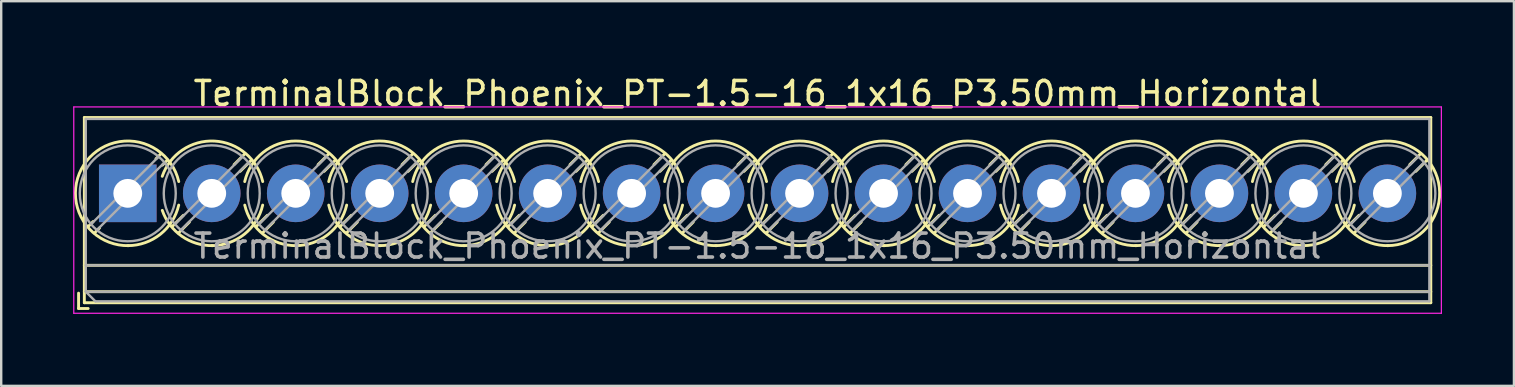
<source format=kicad_pcb>
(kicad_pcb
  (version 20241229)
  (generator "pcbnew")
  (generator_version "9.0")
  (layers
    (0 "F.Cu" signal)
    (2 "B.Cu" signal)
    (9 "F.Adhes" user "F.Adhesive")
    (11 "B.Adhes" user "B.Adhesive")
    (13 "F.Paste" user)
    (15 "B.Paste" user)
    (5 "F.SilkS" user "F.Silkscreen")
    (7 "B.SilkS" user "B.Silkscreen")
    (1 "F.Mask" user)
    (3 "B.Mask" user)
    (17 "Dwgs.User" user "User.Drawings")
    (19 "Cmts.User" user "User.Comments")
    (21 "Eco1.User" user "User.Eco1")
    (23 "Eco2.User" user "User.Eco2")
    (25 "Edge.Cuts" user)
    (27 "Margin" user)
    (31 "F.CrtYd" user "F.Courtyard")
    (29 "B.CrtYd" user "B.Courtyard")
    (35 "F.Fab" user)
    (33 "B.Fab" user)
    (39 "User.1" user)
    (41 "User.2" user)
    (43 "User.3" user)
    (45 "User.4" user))
  (footprint "TerminalBlock_Phoenix_PT-1.5-16_1x16_P3.50mm_Horizontal"
    (layer "F.Cu")
    (at 2.275 5.008)
    (property "Reference" "TerminalBlock_Phoenix_PT-1.5-16_1x16_P3.50mm_Horizontal" (at 26.25 -4.16 0) (layer "F.SilkS") (effects (font (size 1 1) (thickness 0.15))))
    (attr through_hole)
    (fp_line (start -2.05 4.16) (end -2.05 4.8) (stroke (width 0.12) (type solid)) (layer "F.SilkS"))
    (fp_line (start -2.05 4.8) (end -1.65 4.8) (stroke (width 0.12) (type solid)) (layer "F.SilkS"))
    (fp_line (start -1.81 -3.16) (end -1.81 4.56) (stroke (width 0.12) (type solid)) (layer "F.SilkS"))
    (fp_line (start -1.81 -3.16) (end 54.31 -3.16) (stroke (width 0.12) (type solid)) (layer "F.SilkS"))
    (fp_line (start -1.81 3) (end 54.31 3) (stroke (width 0.12) (type solid)) (layer "F.SilkS"))
    (fp_line (start -1.81 4.1) (end 54.31 4.1) (stroke (width 0.12) (type solid)) (layer "F.SilkS"))
    (fp_line (start -1.81 4.56) (end 54.31 4.56) (stroke (width 0.12) (type solid)) (layer "F.SilkS"))
    (fp_line (start -1.441 1.175) (end -1.654 1.388) (stroke (width 0.12) (type solid)) (layer "F.SilkS"))
    (fp_line (start -1.175 1.441) (end -1.388 1.654) (stroke (width 0.12) (type solid)) (layer "F.SilkS"))
    (fp_line (start 1.388 -1.654) (end 1.175 -1.441) (stroke (width 0.12) (type solid)) (layer "F.SilkS"))
    (fp_line (start 1.654 -1.388) (end 1.441 -1.175) (stroke (width 0.12) (type solid)) (layer "F.SilkS"))
    (fp_line (start 2.318 0.916) (end 1.847 1.388) (stroke (width 0.12) (type solid)) (layer "F.SilkS"))
    (fp_line (start 2.569 1.198) (end 2.113 1.654) (stroke (width 0.12) (type solid)) (layer "F.SilkS"))
    (fp_line (start 4.888 -1.654) (end 4.432 -1.198) (stroke (width 0.12) (type solid)) (layer "F.SilkS"))
    (fp_line (start 5.154 -1.388) (end 4.683 -0.916) (stroke (width 0.12) (type solid)) (layer "F.SilkS"))
    (fp_line (start 5.818 0.916) (end 5.347 1.388) (stroke (width 0.12) (type solid)) (layer "F.SilkS"))
    (fp_line (start 6.069 1.198) (end 5.613 1.654) (stroke (width 0.12) (type solid)) (layer "F.SilkS"))
    (fp_line (start 8.388 -1.654) (end 7.932 -1.198) (stroke (width 0.12) (type solid)) (layer "F.SilkS"))
    (fp_line (start 8.654 -1.388) (end 8.183 -0.916) (stroke (width 0.12) (type solid)) (layer "F.SilkS"))
    (fp_line (start 9.318 0.916) (end 8.847 1.388) (stroke (width 0.12) (type solid)) (layer "F.SilkS"))
    (fp_line (start 9.569 1.198) (end 9.113 1.654) (stroke (width 0.12) (type solid)) (layer "F.SilkS"))
    (fp_line (start 11.888 -1.654) (end 11.432 -1.198) (stroke (width 0.12) (type solid)) (layer "F.SilkS"))
    (fp_line (start 12.154 -1.388) (end 11.683 -0.916) (stroke (width 0.12) (type solid)) (layer "F.SilkS"))
    (fp_line (start 12.818 0.916) (end 12.347 1.388) (stroke (width 0.12) (type solid)) (layer "F.SilkS"))
    (fp_line (start 13.069 1.198) (end 12.613 1.654) (stroke (width 0.12) (type solid)) (layer "F.SilkS"))
    (fp_line (start 15.388 -1.654) (end 14.932 -1.198) (stroke (width 0.12) (type solid)) (layer "F.SilkS"))
    (fp_line (start 15.654 -1.388) (end 15.183 -0.916) (stroke (width 0.12) (type solid)) (layer "F.SilkS"))
    (fp_line (start 16.318 0.916) (end 15.847 1.388) (stroke (width 0.12) (type solid)) (layer "F.SilkS"))
    (fp_line (start 16.569 1.198) (end 16.113 1.654) (stroke (width 0.12) (type solid)) (layer "F.SilkS"))
    (fp_line (start 18.888 -1.654) (end 18.432 -1.198) (stroke (width 0.12) (type solid)) (layer "F.SilkS"))
    (fp_line (start 19.154 -1.388) (end 18.683 -0.916) (stroke (width 0.12) (type solid)) (layer "F.SilkS"))
    (fp_line (start 19.818 0.916) (end 19.347 1.388) (stroke (width 0.12) (type solid)) (layer "F.SilkS"))
    (fp_line (start 20.069 1.198) (end 19.613 1.654) (stroke (width 0.12) (type solid)) (layer "F.SilkS"))
    (fp_line (start 22.388 -1.654) (end 21.932 -1.198) (stroke (width 0.12) (type solid)) (layer "F.SilkS"))
    (fp_line (start 22.654 -1.388) (end 22.183 -0.916) (stroke (width 0.12) (type solid)) (layer "F.SilkS"))
    (fp_line (start 23.318 0.916) (end 22.847 1.388) (stroke (width 0.12) (type solid)) (layer "F.SilkS"))
    (fp_line (start 23.569 1.198) (end 23.113 1.654) (stroke (width 0.12) (type solid)) (layer "F.SilkS"))
    (fp_line (start 25.888 -1.654) (end 25.432 -1.198) (stroke (width 0.12) (type solid)) (layer "F.SilkS"))
    (fp_line (start 26.154 -1.388) (end 25.683 -0.916) (stroke (width 0.12) (type solid)) (layer "F.SilkS"))
    (fp_line (start 26.818 0.916) (end 26.347 1.388) (stroke (width 0.12) (type solid)) (layer "F.SilkS"))
    (fp_line (start 27.069 1.198) (end 26.613 1.654) (stroke (width 0.12) (type solid)) (layer "F.SilkS"))
    (fp_line (start 29.388 -1.654) (end 28.932 -1.198) (stroke (width 0.12) (type solid)) (layer "F.SilkS"))
    (fp_line (start 29.654 -1.388) (end 29.183 -0.916) (stroke (width 0.12) (type solid)) (layer "F.SilkS"))
    (fp_line (start 30.318 0.916) (end 29.847 1.388) (stroke (width 0.12) (type solid)) (layer "F.SilkS"))
    (fp_line (start 30.569 1.198) (end 30.113 1.654) (stroke (width 0.12) (type solid)) (layer "F.SilkS"))
    (fp_line (start 32.888 -1.654) (end 32.432 -1.198) (stroke (width 0.12) (type solid)) (layer "F.SilkS"))
    (fp_line (start 33.154 -1.388) (end 32.683 -0.916) (stroke (width 0.12) (type solid)) (layer "F.SilkS"))
    (fp_line (start 33.818 0.916) (end 33.347 1.388) (stroke (width 0.12) (type solid)) (layer "F.SilkS"))
    (fp_line (start 34.069 1.198) (end 33.613 1.654) (stroke (width 0.12) (type solid)) (layer "F.SilkS"))
    (fp_line (start 36.388 -1.654) (end 35.932 -1.198) (stroke (width 0.12) (type solid)) (layer "F.SilkS"))
    (fp_line (start 36.654 -1.388) (end 36.183 -0.916) (stroke (width 0.12) (type solid)) (layer "F.SilkS"))
    (fp_line (start 37.318 0.916) (end 36.847 1.388) (stroke (width 0.12) (type solid)) (layer "F.SilkS"))
    (fp_line (start 37.569 1.198) (end 37.113 1.654) (stroke (width 0.12) (type solid)) (layer "F.SilkS"))
    (fp_line (start 39.888 -1.654) (end 39.432 -1.198) (stroke (width 0.12) (type solid)) (layer "F.SilkS"))
    (fp_line (start 40.154 -1.388) (end 39.683 -0.916) (stroke (width 0.12) (type solid)) (layer "F.SilkS"))
    (fp_line (start 40.818 0.916) (end 40.347 1.388) (stroke (width 0.12) (type solid)) (layer "F.SilkS"))
    (fp_line (start 41.069 1.198) (end 40.613 1.654) (stroke (width 0.12) (type solid)) (layer "F.SilkS"))
    (fp_line (start 43.388 -1.654) (end 42.932 -1.198) (stroke (width 0.12) (type solid)) (layer "F.SilkS"))
    (fp_line (start 43.654 -1.388) (end 43.183 -0.916) (stroke (width 0.12) (type solid)) (layer "F.SilkS"))
    (fp_line (start 44.318 0.916) (end 43.847 1.388) (stroke (width 0.12) (type solid)) (layer "F.SilkS"))
    (fp_line (start 44.569 1.198) (end 44.113 1.654) (stroke (width 0.12) (type solid)) (layer "F.SilkS"))
    (fp_line (start 46.888 -1.654) (end 46.432 -1.198) (stroke (width 0.12) (type solid)) (layer "F.SilkS"))
    (fp_line (start 47.154 -1.388) (end 46.683 -0.916) (stroke (width 0.12) (type solid)) (layer "F.SilkS"))
    (fp_line (start 47.818 0.916) (end 47.347 1.388) (stroke (width 0.12) (type solid)) (layer "F.SilkS"))
    (fp_line (start 48.069 1.198) (end 47.613 1.654) (stroke (width 0.12) (type solid)) (layer "F.SilkS"))
    (fp_line (start 50.388 -1.654) (end 49.932 -1.198) (stroke (width 0.12) (type solid)) (layer "F.SilkS"))
    (fp_line (start 50.654 -1.388) (end 50.183 -0.916) (stroke (width 0.12) (type solid)) (layer "F.SilkS"))
    (fp_line (start 51.318 0.916) (end 50.847 1.388) (stroke (width 0.12) (type solid)) (layer "F.SilkS"))
    (fp_line (start 51.569 1.198) (end 51.113 1.654) (stroke (width 0.12) (type solid)) (layer "F.SilkS"))
    (fp_line (start 53.888 -1.654) (end 53.432 -1.198) (stroke (width 0.12) (type solid)) (layer "F.SilkS"))
    (fp_line (start 54.154 -1.388) (end 53.683 -0.916) (stroke (width 0.12) (type solid)) (layer "F.SilkS"))
    (fp_line (start 54.31 -3.16) (end 54.31 4.56) (stroke (width 0.12) (type solid)) (layer "F.SilkS"))
    (fp_arc (start 0.038458 2.180648) (mid -1.718884 -1.342439) (end 2.125 -0.491) (stroke (width 0.12) (type solid)) (layer "F.SilkS"))
    (fp_arc (start 1.437707 -0.709687) (mid 3.61375 -2.17802) (end 5.625 -0.491) (stroke (width 0.12) (type solid)) (layer "F.SilkS"))
    (fp_arc (start 2.124127 0.490393) (mid 1.357082 1.706086) (end 0 2.18) (stroke (width 0.12) (type solid)) (layer "F.SilkS"))
    (fp_arc (start 3.538366 2.17953) (mid 2.249943 1.785828) (end 1.439 0.71) (stroke (width 0.12) (type solid)) (layer "F.SilkS"))
    (fp_arc (start 4.874822 -0.490231) (mid 6.999605 -2.180988) (end 9.125 -0.491) (stroke (width 0.12) (type solid)) (layer "F.SilkS"))
    (fp_arc (start 5.624127 0.490393) (mid 4.857082 1.706086) (end 3.5 2.18) (stroke (width 0.12) (type solid)) (layer "F.SilkS"))
    (fp_arc (start 7.038666 2.17967) (mid 5.658338 1.718255) (end 4.876 0.491) (stroke (width 0.12) (type solid)) (layer "F.SilkS"))
    (fp_arc (start 8.374822 -0.490231) (mid 10.499605 -2.180988) (end 12.625 -0.491) (stroke (width 0.12) (type solid)) (layer "F.SilkS"))
    (fp_arc (start 9.124127 0.490393) (mid 8.357082 1.706086) (end 7 2.18) (stroke (width 0.12) (type solid)) (layer "F.SilkS"))
    (fp_arc (start 10.538666 2.17967) (mid 9.158338 1.718255) (end 8.376 0.491) (stroke (width 0.12) (type solid)) (layer "F.SilkS"))
    (fp_arc (start 11.874822 -0.490231) (mid 13.999605 -2.180988) (end 16.125 -0.491) (stroke (width 0.12) (type solid)) (layer "F.SilkS"))
    (fp_arc (start 12.624127 0.490393) (mid 11.857082 1.706086) (end 10.5 2.18) (stroke (width 0.12) (type solid)) (layer "F.SilkS"))
    (fp_arc (start 14.038666 2.17967) (mid 12.658338 1.718255) (end 11.876 0.491) (stroke (width 0.12) (type solid)) (layer "F.SilkS"))
    (fp_arc (start 15.374822 -0.490231) (mid 17.499605 -2.180988) (end 19.625 -0.491) (stroke (width 0.12) (type solid)) (layer "F.SilkS"))
    (fp_arc (start 16.124127 0.490393) (mid 15.357082 1.706086) (end 14 2.18) (stroke (width 0.12) (type solid)) (layer "F.SilkS"))
    (fp_arc (start 17.538666 2.17967) (mid 16.158338 1.718255) (end 15.376 0.491) (stroke (width 0.12) (type solid)) (layer "F.SilkS"))
    (fp_arc (start 18.874822 -0.490231) (mid 20.999605 -2.180988) (end 23.125 -0.491) (stroke (width 0.12) (type solid)) (layer "F.SilkS"))
    (fp_arc (start 19.624127 0.490393) (mid 18.857082 1.706086) (end 17.5 2.18) (stroke (width 0.12) (type solid)) (layer "F.SilkS"))
    (fp_arc (start 21.038666 2.17967) (mid 19.658338 1.718255) (end 18.876 0.491) (stroke (width 0.12) (type solid)) (layer "F.SilkS"))
    (fp_arc (start 22.374822 -0.490231) (mid 24.499605 -2.180988) (end 26.625 -0.491) (stroke (width 0.12) (type solid)) (layer "F.SilkS"))
    (fp_arc (start 23.124127 0.490393) (mid 22.357082 1.706086) (end 21 2.18) (stroke (width 0.12) (type solid)) (layer "F.SilkS"))
    (fp_arc (start 24.538666 2.17967) (mid 23.158338 1.718255) (end 22.376 0.491) (stroke (width 0.12) (type solid)) (layer "F.SilkS"))
    (fp_arc (start 25.874822 -0.490231) (mid 27.999605 -2.180988) (end 30.125 -0.491) (stroke (width 0.12) (type solid)) (layer "F.SilkS"))
    (fp_arc (start 26.624127 0.490393) (mid 25.857082 1.706086) (end 24.5 2.18) (stroke (width 0.12) (type solid)) (layer "F.SilkS"))
    (fp_arc (start 28.038666 2.17967) (mid 26.658338 1.718255) (end 25.876 0.491) (stroke (width 0.12) (type solid)) (layer "F.SilkS"))
    (fp_arc (start 29.374822 -0.490231) (mid 31.499605 -2.180988) (end 33.625 -0.491) (stroke (width 0.12) (type solid)) (layer "F.SilkS"))
    (fp_arc (start 30.124127 0.490393) (mid 29.357082 1.706086) (end 28 2.18) (stroke (width 0.12) (type solid)) (layer "F.SilkS"))
    (fp_arc (start 31.538666 2.17967) (mid 30.158338 1.718255) (end 29.376 0.491) (stroke (width 0.12) (type solid)) (layer "F.SilkS"))
    (fp_arc (start 32.874822 -0.490231) (mid 34.999605 -2.180988) (end 37.125 -0.491) (stroke (width 0.12) (type solid)) (layer "F.SilkS"))
    (fp_arc (start 33.624127 0.490393) (mid 32.857082 1.706086) (end 31.5 2.18) (stroke (width 0.12) (type solid)) (layer "F.SilkS"))
    (fp_arc (start 35.038666 2.17967) (mid 33.658338 1.718255) (end 32.876 0.491) (stroke (width 0.12) (type solid)) (layer "F.SilkS"))
    (fp_arc (start 36.374822 -0.490231) (mid 38.499605 -2.180988) (end 40.625 -0.491) (stroke (width 0.12) (type solid)) (layer "F.SilkS"))
    (fp_arc (start 37.124127 0.490393) (mid 36.357082 1.706086) (end 35 2.18) (stroke (width 0.12) (type solid)) (layer "F.SilkS"))
    (fp_arc (start 38.538666 2.17967) (mid 37.158338 1.718255) (end 36.376 0.491) (stroke (width 0.12) (type solid)) (layer "F.SilkS"))
    (fp_arc (start 39.874822 -0.490231) (mid 41.999605 -2.180988) (end 44.125 -0.491) (stroke (width 0.12) (type solid)) (layer "F.SilkS"))
    (fp_arc (start 40.624127 0.490393) (mid 39.857082 1.706086) (end 38.5 2.18) (stroke (width 0.12) (type solid)) (layer "F.SilkS"))
    (fp_arc (start 42.038666 2.17967) (mid 40.658338 1.718255) (end 39.876 0.491) (stroke (width 0.12) (type solid)) (layer "F.SilkS"))
    (fp_arc (start 43.374822 -0.490231) (mid 45.499605 -2.180988) (end 47.625 -0.491) (stroke (width 0.12) (type solid)) (layer "F.SilkS"))
    (fp_arc (start 44.124127 0.490393) (mid 43.357082 1.706086) (end 42 2.18) (stroke (width 0.12) (type solid)) (layer "F.SilkS"))
    (fp_arc (start 45.538666 2.17967) (mid 44.158338 1.718255) (end 43.376 0.491) (stroke (width 0.12) (type solid)) (layer "F.SilkS"))
    (fp_arc (start 46.874822 -0.490231) (mid 48.999605 -2.180988) (end 51.125 -0.491) (stroke (width 0.12) (type solid)) (layer "F.SilkS"))
    (fp_arc (start 47.624127 0.490393) (mid 46.857082 1.706086) (end 45.5 2.18) (stroke (width 0.12) (type solid)) (layer "F.SilkS"))
    (fp_arc (start 49.038666 2.17967) (mid 47.658338 1.718255) (end 46.876 0.491) (stroke (width 0.12) (type solid)) (layer "F.SilkS"))
    (fp_arc (start 50.375873 -0.490393) (mid 54.206086 -1.357082) (end 52.5 2.18) (stroke (width 0.12) (type solid)) (layer "F.SilkS"))
    (fp_arc (start 51.124127 0.490393) (mid 50.357082 1.706086) (end 49 2.18) (stroke (width 0.12) (type solid)) (layer "F.SilkS"))
    (fp_arc (start 52.538666 2.17967) (mid 51.158338 1.718255) (end 50.376 0.491) (stroke (width 0.12) (type solid)) (layer "F.SilkS"))
    (fp_line (start -2.25 -3.6) (end -2.25 5) (stroke (width 0.05) (type solid)) (layer "F.CrtYd"))
    (fp_line (start -2.25 5) (end 54.75 5) (stroke (width 0.05) (type solid)) (layer "F.CrtYd"))
    (fp_line (start 54.75 -3.6) (end -2.25 -3.6) (stroke (width 0.05) (type solid)) (layer "F.CrtYd"))
    (fp_line (start 54.75 5) (end 54.75 -3.6) (stroke (width 0.05) (type solid)) (layer "F.CrtYd"))
    (fp_line (start -1.75 -3.1) (end 54.25 -3.1) (stroke (width 0.1) (type solid)) (layer "F.Fab"))
    (fp_line (start -1.75 3) (end 54.25 3) (stroke (width 0.1) (type solid)) (layer "F.Fab"))
    (fp_line (start -1.75 4.1) (end -1.75 -3.1) (stroke (width 0.1) (type solid)) (layer "F.Fab"))
    (fp_line (start -1.75 4.1) (end 54.25 4.1) (stroke (width 0.1) (type solid)) (layer "F.Fab"))
    (fp_line (start -1.35 4.5) (end -1.75 4.1) (stroke (width 0.1) (type solid)) (layer "F.Fab"))
    (fp_line (start 1.273 -1.517) (end -1.517 1.273) (stroke (width 0.1) (type solid)) (layer "F.Fab"))
    (fp_line (start 1.517 -1.273) (end -1.273 1.517) (stroke (width 0.1) (type solid)) (layer "F.Fab"))
    (fp_line (start 4.773 -1.517) (end 1.984 1.273) (stroke (width 0.1) (type solid)) (layer "F.Fab"))
    (fp_line (start 5.017 -1.273) (end 2.228 1.517) (stroke (width 0.1) (type solid)) (layer "F.Fab"))
    (fp_line (start 8.273 -1.517) (end 5.484 1.273) (stroke (width 0.1) (type solid)) (layer "F.Fab"))
    (fp_line (start 8.517 -1.273) (end 5.728 1.517) (stroke (width 0.1) (type solid)) (layer "F.Fab"))
    (fp_line (start 11.773 -1.517) (end 8.984 1.273) (stroke (width 0.1) (type solid)) (layer "F.Fab"))
    (fp_line (start 12.017 -1.273) (end 9.228 1.517) (stroke (width 0.1) (type solid)) (layer "F.Fab"))
    (fp_line (start 15.273 -1.517) (end 12.484 1.273) (stroke (width 0.1) (type solid)) (layer "F.Fab"))
    (fp_line (start 15.517 -1.273) (end 12.728 1.517) (stroke (width 0.1) (type solid)) (layer "F.Fab"))
    (fp_line (start 18.773 -1.517) (end 15.984 1.273) (stroke (width 0.1) (type solid)) (layer "F.Fab"))
    (fp_line (start 19.017 -1.273) (end 16.228 1.517) (stroke (width 0.1) (type solid)) (layer "F.Fab"))
    (fp_line (start 22.273 -1.517) (end 19.484 1.273) (stroke (width 0.1) (type solid)) (layer "F.Fab"))
    (fp_line (start 22.517 -1.273) (end 19.728 1.517) (stroke (width 0.1) (type solid)) (layer "F.Fab"))
    (fp_line (start 25.773 -1.517) (end 22.984 1.273) (stroke (width 0.1) (type solid)) (layer "F.Fab"))
    (fp_line (start 26.017 -1.273) (end 23.228 1.517) (stroke (width 0.1) (type solid)) (layer "F.Fab"))
    (fp_line (start 29.273 -1.517) (end 26.484 1.273) (stroke (width 0.1) (type solid)) (layer "F.Fab"))
    (fp_line (start 29.517 -1.273) (end 26.728 1.517) (stroke (width 0.1) (type solid)) (layer "F.Fab"))
    (fp_line (start 32.773 -1.517) (end 29.984 1.273) (stroke (width 0.1) (type solid)) (layer "F.Fab"))
    (fp_line (start 33.017 -1.273) (end 30.228 1.517) (stroke (width 0.1) (type solid)) (layer "F.Fab"))
    (fp_line (start 36.273 -1.517) (end 33.484 1.273) (stroke (width 0.1) (type solid)) (layer "F.Fab"))
    (fp_line (start 36.517 -1.273) (end 33.728 1.517) (stroke (width 0.1) (type solid)) (layer "F.Fab"))
    (fp_line (start 39.773 -1.517) (end 36.984 1.273) (stroke (width 0.1) (type solid)) (layer "F.Fab"))
    (fp_line (start 40.017 -1.273) (end 37.228 1.517) (stroke (width 0.1) (type solid)) (layer "F.Fab"))
    (fp_line (start 43.273 -1.517) (end 40.484 1.273) (stroke (width 0.1) (type solid)) (layer "F.Fab"))
    (fp_line (start 43.517 -1.273) (end 40.728 1.517) (stroke (width 0.1) (type solid)) (layer "F.Fab"))
    (fp_line (start 46.773 -1.517) (end 43.984 1.273) (stroke (width 0.1) (type solid)) (layer "F.Fab"))
    (fp_line (start 47.017 -1.273) (end 44.228 1.517) (stroke (width 0.1) (type solid)) (layer "F.Fab"))
    (fp_line (start 50.273 -1.517) (end 47.484 1.273) (stroke (width 0.1) (type solid)) (layer "F.Fab"))
    (fp_line (start 50.517 -1.273) (end 47.728 1.517) (stroke (width 0.1) (type solid)) (layer "F.Fab"))
    (fp_line (start 53.773 -1.517) (end 50.984 1.273) (stroke (width 0.1) (type solid)) (layer "F.Fab"))
    (fp_line (start 54.017 -1.273) (end 51.228 1.517) (stroke (width 0.1) (type solid)) (layer "F.Fab"))
    (fp_line (start 54.25 -3.1) (end 54.25 4.5) (stroke (width 0.1) (type solid)) (layer "F.Fab"))
    (fp_line (start 54.25 4.5) (end -1.35 4.5) (stroke (width 0.1) (type solid)) (layer "F.Fab"))
    (fp_circle (center 0 0) (end 2 0) (stroke (width 0.1) (type solid)) (fill no) (layer "F.Fab"))
    (fp_circle (center 3.5 0) (end 5.5 0) (stroke (width 0.1) (type solid)) (fill no) (layer "F.Fab"))
    (fp_circle (center 7 0) (end 9 0) (stroke (width 0.1) (type solid)) (fill no) (layer "F.Fab"))
    (fp_circle (center 10.5 0) (end 12.5 0) (stroke (width 0.1) (type solid)) (fill no) (layer "F.Fab"))
    (fp_circle (center 14 0) (end 16 0) (stroke (width 0.1) (type solid)) (fill no) (layer "F.Fab"))
    (fp_circle (center 17.5 0) (end 19.5 0) (stroke (width 0.1) (type solid)) (fill no) (layer "F.Fab"))
    (fp_circle (center 21 0) (end 23 0) (stroke (width 0.1) (type solid)) (fill no) (layer "F.Fab"))
    (fp_circle (center 24.5 0) (end 26.5 0) (stroke (width 0.1) (type solid)) (fill no) (layer "F.Fab"))
    (fp_circle (center 28 0) (end 30 0) (stroke (width 0.1) (type solid)) (fill no) (layer "F.Fab"))
    (fp_circle (center 31.5 0) (end 33.5 0) (stroke (width 0.1) (type solid)) (fill no) (layer "F.Fab"))
    (fp_circle (center 35 0) (end 37 0) (stroke (width 0.1) (type solid)) (fill no) (layer "F.Fab"))
    (fp_circle (center 38.5 0) (end 40.5 0) (stroke (width 0.1) (type solid)) (fill no) (layer "F.Fab"))
    (fp_circle (center 42 0) (end 44 0) (stroke (width 0.1) (type solid)) (fill no) (layer "F.Fab"))
    (fp_circle (center 45.5 0) (end 47.5 0) (stroke (width 0.1) (type solid)) (fill no) (layer "F.Fab"))
    (fp_circle (center 49 0) (end 51 0) (stroke (width 0.1) (type solid)) (fill no) (layer "F.Fab"))
    (fp_circle (center 52.5 0) (end 54.5 0) (stroke (width 0.1) (type solid)) (fill no) (layer "F.Fab"))
    (fp_text user "${REFERENCE}" (at 26.25 2.2 0) (layer "F.Fab") (effects (font (size 1 1) (thickness 0.15))))
    (pad "1" thru_hole rect (at 0 0) (size 2.4 2.4) (drill 1.2) (layers "*.Cu" "*.Mask"))
    (pad "2" thru_hole circle (at 3.5 0) (size 2.4 2.4) (drill 1.2) (layers "*.Cu" "*.Mask"))
    (pad "3" thru_hole circle (at 7 0) (size 2.4 2.4) (drill 1.2) (layers "*.Cu" "*.Mask"))
    (pad "4" thru_hole circle (at 10.5 0) (size 2.4 2.4) (drill 1.2) (layers "*.Cu" "*.Mask"))
    (pad "5" thru_hole circle (at 14 0) (size 2.4 2.4) (drill 1.2) (layers "*.Cu" "*.Mask"))
    (pad "6" thru_hole circle (at 17.5 0) (size 2.4 2.4) (drill 1.2) (layers "*.Cu" "*.Mask"))
    (pad "7" thru_hole circle (at 21 0) (size 2.4 2.4) (drill 1.2) (layers "*.Cu" "*.Mask"))
    (pad "8" thru_hole circle (at 24.5 0) (size 2.4 2.4) (drill 1.2) (layers "*.Cu" "*.Mask"))
    (pad "9" thru_hole circle (at 28 0) (size 2.4 2.4) (drill 1.2) (layers "*.Cu" "*.Mask"))
    (pad "10" thru_hole circle (at 31.5 0) (size 2.4 2.4) (drill 1.2) (layers "*.Cu" "*.Mask"))
    (pad "11" thru_hole circle (at 35 0) (size 2.4 2.4) (drill 1.2) (layers "*.Cu" "*.Mask"))
    (pad "12" thru_hole circle (at 38.5 0) (size 2.4 2.4) (drill 1.2) (layers "*.Cu" "*.Mask"))
    (pad "13" thru_hole circle (at 42 0) (size 2.4 2.4) (drill 1.2) (layers "*.Cu" "*.Mask"))
    (pad "14" thru_hole circle (at 45.5 0) (size 2.4 2.4) (drill 1.2) (layers "*.Cu" "*.Mask"))
    (pad "15" thru_hole circle (at 49 0) (size 2.4 2.4) (drill 1.2) (layers "*.Cu" "*.Mask"))
    (pad "16" thru_hole circle (at 52.5 0) (size 2.4 2.4) (drill 1.2) (layers "*.Cu" "*.Mask")))
  (gr_rect
    (start -3 -3)
    (end 60.05 13.033)
    (stroke (width 0.1) (type default))
    (fill no)
    (layer "Edge.Cuts")))
</source>
